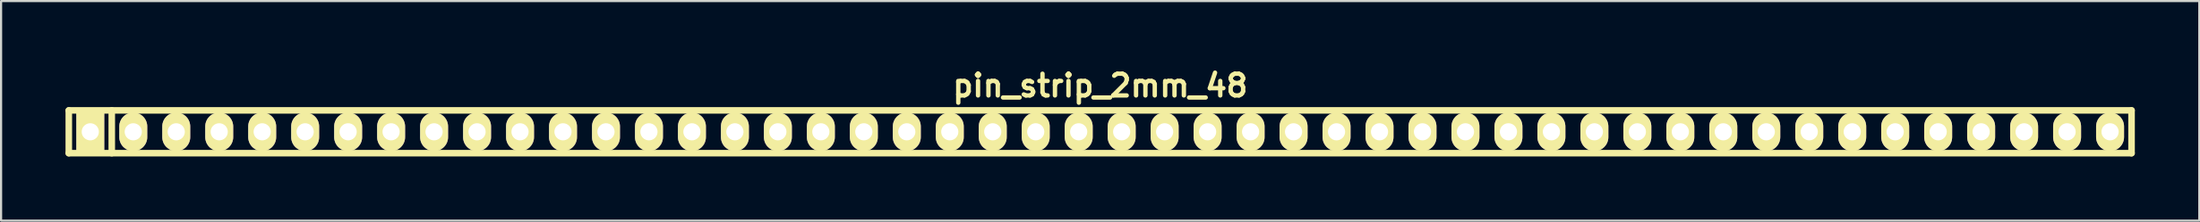
<source format=kicad_pcb>
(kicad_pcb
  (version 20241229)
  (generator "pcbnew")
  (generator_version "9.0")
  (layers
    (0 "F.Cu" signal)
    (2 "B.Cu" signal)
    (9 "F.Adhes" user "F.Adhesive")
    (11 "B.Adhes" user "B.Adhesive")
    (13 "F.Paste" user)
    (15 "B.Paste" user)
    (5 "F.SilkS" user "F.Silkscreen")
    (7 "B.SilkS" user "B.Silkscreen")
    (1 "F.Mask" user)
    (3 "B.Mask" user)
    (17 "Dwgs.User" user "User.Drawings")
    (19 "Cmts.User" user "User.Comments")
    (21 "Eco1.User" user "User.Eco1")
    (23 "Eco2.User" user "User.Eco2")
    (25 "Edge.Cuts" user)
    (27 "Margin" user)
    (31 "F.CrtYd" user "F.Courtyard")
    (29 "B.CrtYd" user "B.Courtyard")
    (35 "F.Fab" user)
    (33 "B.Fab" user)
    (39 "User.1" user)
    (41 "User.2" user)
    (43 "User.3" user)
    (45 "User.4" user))
  (footprint "pin_strip_2mm_48"
    (layer "F.Cu")
    (at 48.152 3.11)
    (property "Reference" "pin_strip_2mm_48" (at 0 -2.159 0) (layer "F.SilkS") (effects (font (size 1.016 1.016) (thickness 0.203))))
    (attr through_hole)
    (fp_line (start -48 -1) (end 48 -1) (stroke (width 0.305) (type solid)) (layer "F.SilkS"))
    (fp_line (start -48 1) (end -48 -1) (stroke (width 0.305) (type solid)) (layer "F.SilkS"))
    (fp_line (start -46 -1) (end -46 1) (stroke (width 0.305) (type solid)) (layer "F.SilkS"))
    (fp_line (start 48 -1) (end 48 1) (stroke (width 0.305) (type solid)) (layer "F.SilkS"))
    (fp_line (start 48 1) (end -48 1) (stroke (width 0.305) (type solid)) (layer "F.SilkS"))
    (pad "1" thru_hole rect (at -47 0) (size 1.3 1.8) (drill 0.8) (layers "*.Cu" "*.Mask" "F.SilkS"))
    (pad "2" thru_hole oval (at -45 0) (size 1.3 1.8) (drill 0.8) (layers "*.Cu" "*.Mask" "F.SilkS"))
    (pad "3" thru_hole oval (at -43 0) (size 1.3 1.8) (drill 0.8) (layers "*.Cu" "*.Mask" "F.SilkS"))
    (pad "4" thru_hole oval (at -41 0) (size 1.3 1.8) (drill 0.8) (layers "*.Cu" "*.Mask" "F.SilkS"))
    (pad "5" thru_hole oval (at -39 0) (size 1.3 1.8) (drill 0.8) (layers "*.Cu" "*.Mask" "F.SilkS"))
    (pad "6" thru_hole oval (at -37 0) (size 1.3 1.8) (drill 0.8) (layers "*.Cu" "*.Mask" "F.SilkS"))
    (pad "7" thru_hole oval (at -35 0) (size 1.3 1.8) (drill 0.8) (layers "*.Cu" "*.Mask" "F.SilkS"))
    (pad "8" thru_hole oval (at -33 0) (size 1.3 1.8) (drill 0.8) (layers "*.Cu" "*.Mask" "F.SilkS"))
    (pad "9" thru_hole oval (at -31 0) (size 1.3 1.8) (drill 0.8) (layers "*.Cu" "*.Mask" "F.SilkS"))
    (pad "10" thru_hole oval (at -29 0) (size 1.3 1.8) (drill 0.8) (layers "*.Cu" "*.Mask" "F.SilkS"))
    (pad "11" thru_hole oval (at -27 0) (size 1.3 1.8) (drill 0.8) (layers "*.Cu" "*.Mask" "F.SilkS"))
    (pad "12" thru_hole oval (at -25 0) (size 1.3 1.8) (drill 0.8) (layers "*.Cu" "*.Mask" "F.SilkS"))
    (pad "13" thru_hole oval (at -23 0) (size 1.3 1.8) (drill 0.8) (layers "*.Cu" "*.Mask" "F.SilkS"))
    (pad "14" thru_hole oval (at -21 0) (size 1.3 1.8) (drill 0.8) (layers "*.Cu" "*.Mask" "F.SilkS"))
    (pad "15" thru_hole oval (at -19 0) (size 1.3 1.8) (drill 0.8) (layers "*.Cu" "*.Mask" "F.SilkS"))
    (pad "16" thru_hole oval (at -17 0) (size 1.3 1.8) (drill 0.8) (layers "*.Cu" "*.Mask" "F.SilkS"))
    (pad "17" thru_hole oval (at -15 0) (size 1.3 1.8) (drill 0.8) (layers "*.Cu" "*.Mask" "F.SilkS"))
    (pad "18" thru_hole oval (at -13 0) (size 1.3 1.8) (drill 0.8) (layers "*.Cu" "*.Mask" "F.SilkS"))
    (pad "19" thru_hole oval (at -11 0) (size 1.3 1.8) (drill 0.8) (layers "*.Cu" "*.Mask" "F.SilkS"))
    (pad "20" thru_hole oval (at -9 0) (size 1.3 1.8) (drill 0.8) (layers "*.Cu" "*.Mask" "F.SilkS"))
    (pad "21" thru_hole oval (at -7 0) (size 1.3 1.8) (drill 0.8) (layers "*.Cu" "*.Mask" "F.SilkS"))
    (pad "22" thru_hole oval (at -5 0) (size 1.3 1.8) (drill 0.8) (layers "*.Cu" "*.Mask" "F.SilkS"))
    (pad "23" thru_hole oval (at -3 0) (size 1.3 1.8) (drill 0.8) (layers "*.Cu" "*.Mask" "F.SilkS"))
    (pad "24" thru_hole oval (at -1 0) (size 1.3 1.8) (drill 0.8) (layers "*.Cu" "*.Mask" "F.SilkS"))
    (pad "25" thru_hole oval (at 1 0) (size 1.3 1.8) (drill 0.8) (layers "*.Cu" "*.Mask" "F.SilkS"))
    (pad "26" thru_hole oval (at 3 0) (size 1.3 1.8) (drill 0.8) (layers "*.Cu" "*.Mask" "F.SilkS"))
    (pad "27" thru_hole oval (at 5 0) (size 1.3 1.8) (drill 0.8) (layers "*.Cu" "*.Mask" "F.SilkS"))
    (pad "28" thru_hole oval (at 7 0) (size 1.3 1.8) (drill 0.8) (layers "*.Cu" "*.Mask" "F.SilkS"))
    (pad "29" thru_hole oval (at 9 0) (size 1.3 1.8) (drill 0.8) (layers "*.Cu" "*.Mask" "F.SilkS"))
    (pad "30" thru_hole oval (at 11 0) (size 1.3 1.8) (drill 0.8) (layers "*.Cu" "*.Mask" "F.SilkS"))
    (pad "31" thru_hole oval (at 13 0) (size 1.3 1.8) (drill 0.8) (layers "*.Cu" "*.Mask" "F.SilkS"))
    (pad "32" thru_hole oval (at 15 0) (size 1.3 1.8) (drill 0.8) (layers "*.Cu" "*.Mask" "F.SilkS"))
    (pad "33" thru_hole oval (at 17 0) (size 1.3 1.8) (drill 0.8) (layers "*.Cu" "*.Mask" "F.SilkS"))
    (pad "34" thru_hole oval (at 19 0) (size 1.3 1.8) (drill 0.8) (layers "*.Cu" "*.Mask" "F.SilkS"))
    (pad "35" thru_hole oval (at 21 0) (size 1.3 1.8) (drill 0.8) (layers "*.Cu" "*.Mask" "F.SilkS"))
    (pad "36" thru_hole oval (at 23 0) (size 1.3 1.8) (drill 0.8) (layers "*.Cu" "*.Mask" "F.SilkS"))
    (pad "37" thru_hole oval (at 25 0) (size 1.3 1.8) (drill 0.8) (layers "*.Cu" "*.Mask" "F.SilkS"))
    (pad "38" thru_hole oval (at 27 0) (size 1.3 1.8) (drill 0.8) (layers "*.Cu" "*.Mask" "F.SilkS"))
    (pad "39" thru_hole oval (at 29 0) (size 1.3 1.8) (drill 0.8) (layers "*.Cu" "*.Mask" "F.SilkS"))
    (pad "40" thru_hole oval (at 31 0) (size 1.3 1.8) (drill 0.8) (layers "*.Cu" "*.Mask" "F.SilkS"))
    (pad "41" thru_hole oval (at 33 0) (size 1.3 1.8) (drill 0.8) (layers "*.Cu" "*.Mask" "F.SilkS"))
    (pad "42" thru_hole oval (at 35 0) (size 1.3 1.8) (drill 0.8) (layers "*.Cu" "*.Mask" "F.SilkS"))
    (pad "43" thru_hole oval (at 37 0) (size 1.3 1.8) (drill 0.8) (layers "*.Cu" "*.Mask" "F.SilkS"))
    (pad "44" thru_hole oval (at 39 0) (size 1.3 1.8) (drill 0.8) (layers "*.Cu" "*.Mask" "F.SilkS"))
    (pad "45" thru_hole oval (at 41 0) (size 1.3 1.8) (drill 0.8) (layers "*.Cu" "*.Mask" "F.SilkS"))
    (pad "46" thru_hole oval (at 43 0) (size 1.3 1.8) (drill 0.8) (layers "*.Cu" "*.Mask" "F.SilkS"))
    (pad "47" thru_hole oval (at 45 0) (size 1.3 1.8) (drill 0.8) (layers "*.Cu" "*.Mask" "F.SilkS"))
    (pad "48" thru_hole oval (at 47 0) (size 1.3 1.8) (drill 0.8) (layers "*.Cu" "*.Mask" "F.SilkS")))
  (gr_rect
    (start -3 -3)
    (end 99.305 7.262)
    (stroke (width 0.1) (type default))
    (fill no)
    (layer "Edge.Cuts")))
</source>
